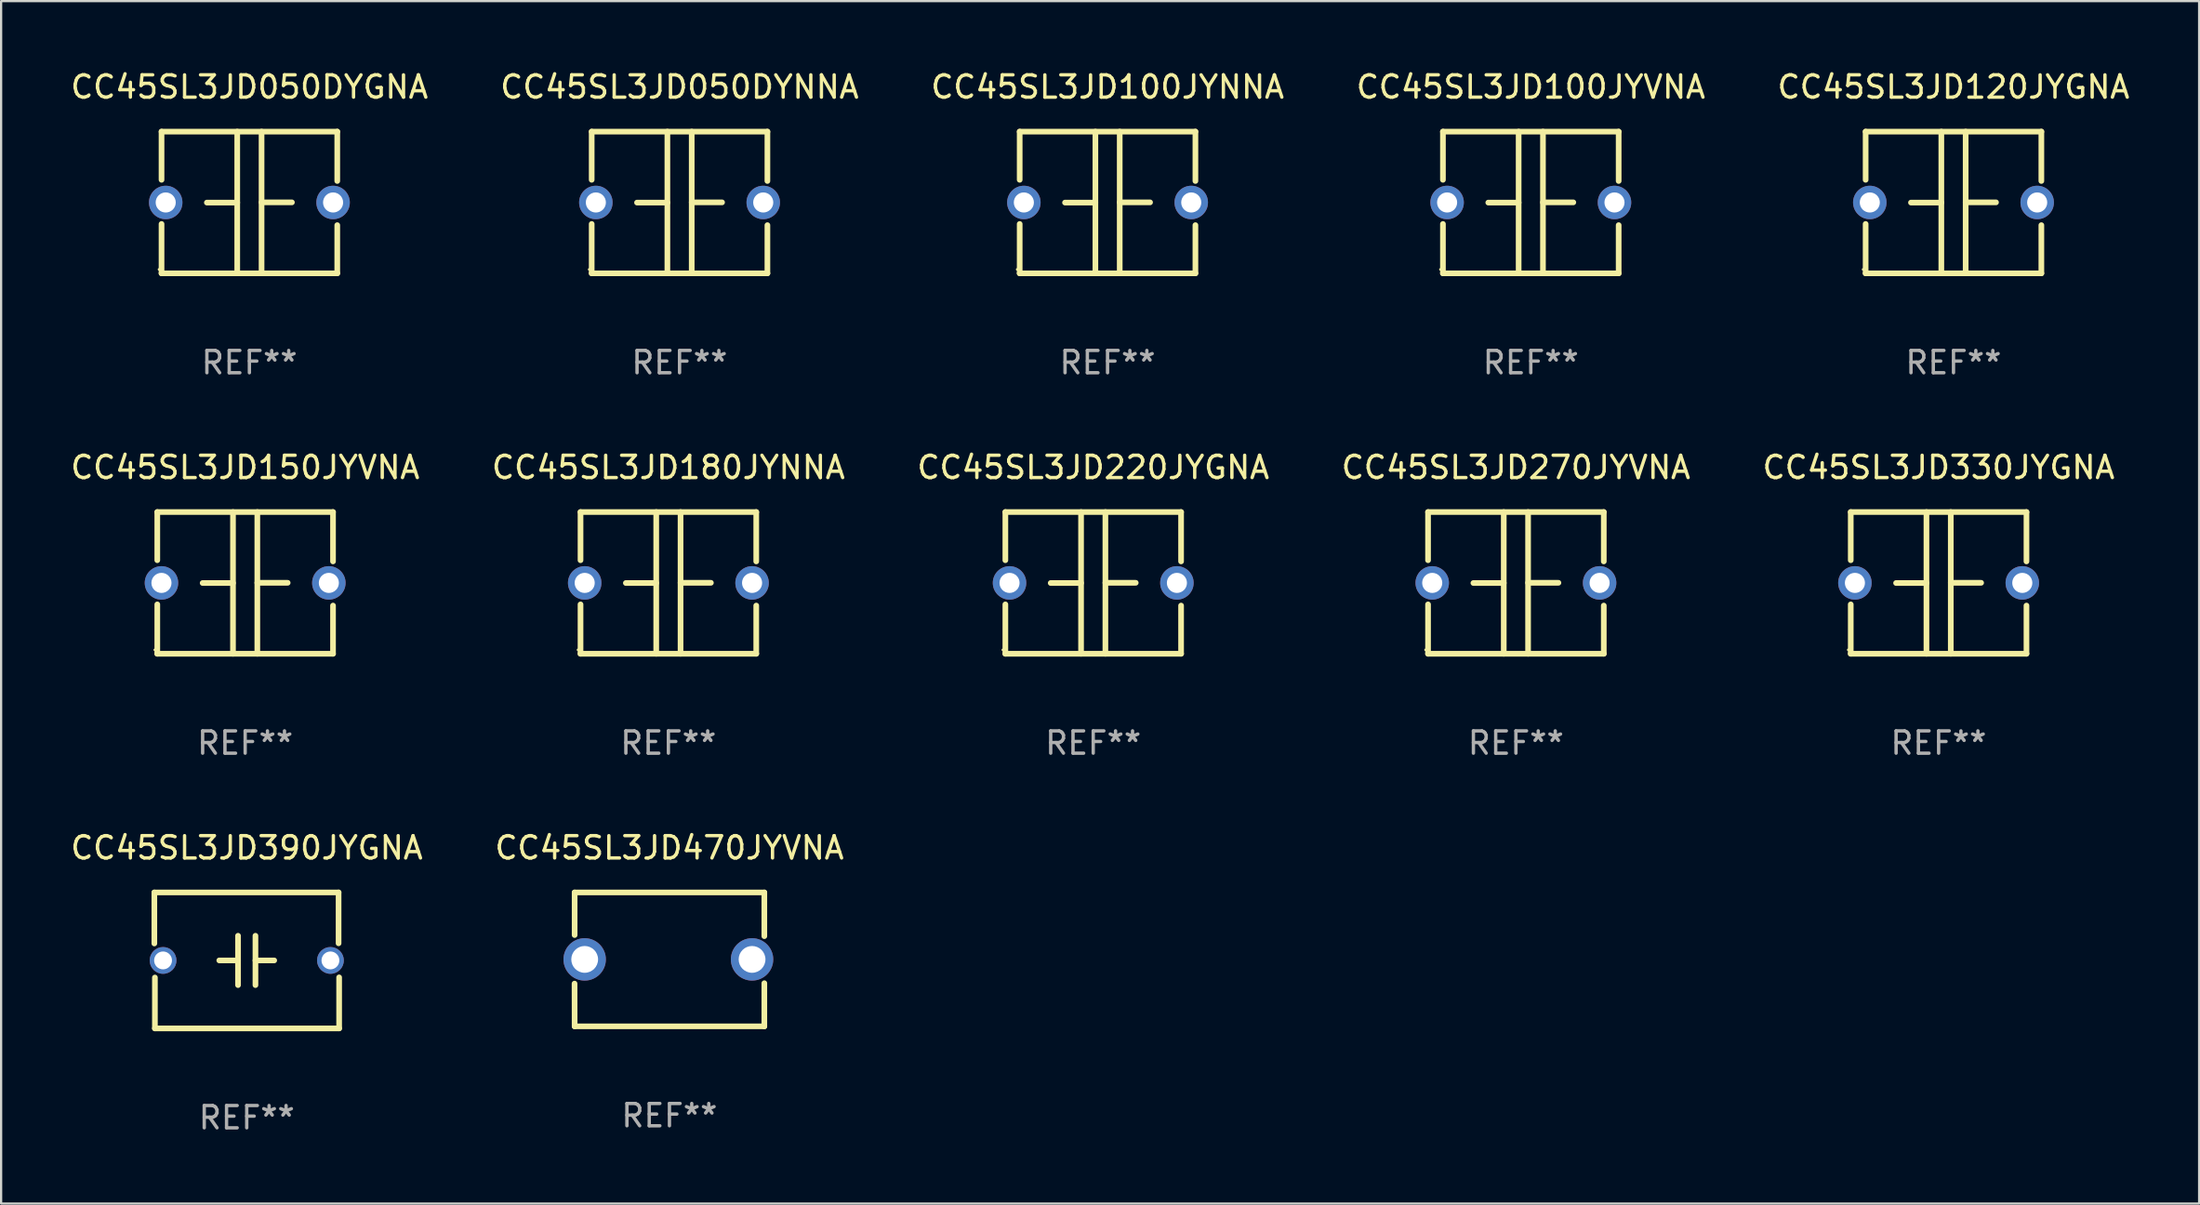
<source format=kicad_pcb>
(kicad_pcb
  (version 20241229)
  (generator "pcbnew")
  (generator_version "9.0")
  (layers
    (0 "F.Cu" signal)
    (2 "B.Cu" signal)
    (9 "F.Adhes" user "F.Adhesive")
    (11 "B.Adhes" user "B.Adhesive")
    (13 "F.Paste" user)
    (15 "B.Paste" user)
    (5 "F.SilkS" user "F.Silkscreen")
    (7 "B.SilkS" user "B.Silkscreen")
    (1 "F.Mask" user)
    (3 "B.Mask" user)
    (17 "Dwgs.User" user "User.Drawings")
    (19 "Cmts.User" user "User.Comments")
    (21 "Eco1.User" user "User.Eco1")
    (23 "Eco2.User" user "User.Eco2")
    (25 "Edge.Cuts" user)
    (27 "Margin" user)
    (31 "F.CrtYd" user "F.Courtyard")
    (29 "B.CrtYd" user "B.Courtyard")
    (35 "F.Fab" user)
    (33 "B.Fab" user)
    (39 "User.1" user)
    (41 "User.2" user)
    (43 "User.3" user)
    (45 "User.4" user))
  (footprint "CC45SL3JD390JYGNA"
    (layer "F.Cu")
    (at 8.006 39.987)
    (property "Reference" "CC45SL3JD390JYGNA" (at 0 -5.046 0) (layer "F.SilkS") (effects (font (size 1 1) (thickness 0.15))))
    (attr through_hole)
    (fp_line (start -4.14 -3.046) (end 4.115 -3.046) (stroke (width 0.254) (type solid)) (layer "F.SilkS"))
    (fp_line (start -4.14 -0.76) (end -4.14 -3.046) (stroke (width 0.254) (type solid)) (layer "F.SilkS"))
    (fp_line (start -4.115 3.046) (end -4.115 0.767) (stroke (width 0.254) (type solid)) (layer "F.SilkS"))
    (fp_line (start -0.39 0) (end -1.23 0) (stroke (width 0.254) (type solid)) (layer "F.SilkS"))
    (fp_line (start -0.39 1.105) (end -0.39 -1.105) (stroke (width 0.254) (type solid)) (layer "F.SilkS"))
    (fp_line (start 0.39 -1.105) (end 0.39 1.105) (stroke (width 0.254) (type solid)) (layer "F.SilkS"))
    (fp_line (start 0.39 0.000051) (end 1.23 0.000051) (stroke (width 0.254) (type solid)) (layer "F.SilkS"))
    (fp_line (start 4.115 -3.046) (end 4.115 -0.767) (stroke (width 0.254) (type solid)) (layer "F.SilkS"))
    (fp_line (start 4.14 0.76) (end 4.14 3.046) (stroke (width 0.254) (type solid)) (layer "F.SilkS"))
    (fp_line (start 4.14 3.046) (end -4.115 3.046) (stroke (width 0.254) (type solid)) (layer "F.SilkS"))
    (fp_circle (center -4.05 3) (end -4.02 3) (stroke (width 0.06) (type solid)) (fill no) (layer "F.SilkS"))
    (fp_text user "REF**" (at 0 7.046 0) (layer "F.Fab") (effects (font (size 1 1) (thickness 0.15))))
    (pad "1" thru_hole circle (at -3.75 0) (size 1.2 1.2) (drill 0.8) (layers "*.Cu" "*.Mask"))
    (pad "2" thru_hole circle (at 3.75 0) (size 1.2 1.2) (drill 0.8) (layers "*.Cu" "*.Mask")))
  (footprint "CC45SL3JD330JYGNA"
    (layer "F.Cu")
    (at 83.815 23.07)
    (property "Reference" "CC45SL3JD330JYGNA" (at 0 -5.175 0) (layer "F.SilkS") (effects (font (size 1 1) (thickness 0.15))))
    (attr through_hole)
    (fp_line (start -3.937 -3.175) (end 3.937 -3.175) (stroke (width 0.254) (type solid)) (layer "F.SilkS"))
    (fp_line (start -3.937 -1.016) (end -3.937 -3.175) (stroke (width 0.254) (type solid)) (layer "F.SilkS"))
    (fp_line (start -3.937 3.175) (end -3.937 0.963) (stroke (width 0.254) (type solid)) (layer "F.SilkS"))
    (fp_line (start -0.545 0.005) (end -1.905 0.005) (stroke (width 0.254) (type solid)) (layer "F.SilkS"))
    (fp_line (start -0.545 3.175) (end -0.545 -3.175) (stroke (width 0.254) (type solid)) (layer "F.SilkS"))
    (fp_line (start 0.545 -3.175) (end 0.545 3.175) (stroke (width 0.254) (type solid)) (layer "F.SilkS"))
    (fp_line (start 0.545 -0.005) (end 1.905 -0.005) (stroke (width 0.254) (type solid)) (layer "F.SilkS"))
    (fp_line (start 3.937 -3.175) (end 3.937 -0.963) (stroke (width 0.254) (type solid)) (layer "F.SilkS"))
    (fp_line (start 3.937 1.016) (end 3.937 3.175) (stroke (width 0.254) (type solid)) (layer "F.SilkS"))
    (fp_line (start 3.937 3.175) (end -3.937 3.175) (stroke (width 0.254) (type solid)) (layer "F.SilkS"))
    (fp_circle (center -4.05 3) (end -4.02 3) (stroke (width 0.06) (type solid)) (fill no) (layer "F.SilkS"))
    (fp_text user "REF**" (at 0 7.175 0) (layer "F.Fab") (effects (font (size 1 1) (thickness 0.15))))
    (pad "1" thru_hole circle (at -3.75 0) (size 1.5 1.5) (drill 0.9) (layers "*.Cu" "*.Mask"))
    (pad "2" thru_hole circle (at 3.75 0) (size 1.5 1.5) (drill 0.9) (layers "*.Cu" "*.Mask")))
  (footprint "CC45SL3JD150JYVNA"
    (layer "F.Cu")
    (at 7.935 23.07)
    (property "Reference" "CC45SL3JD150JYVNA" (at 0 -5.175 0) (layer "F.SilkS") (effects (font (size 1 1) (thickness 0.15))))
    (attr through_hole)
    (fp_line (start -3.937 -3.175) (end 3.937 -3.175) (stroke (width 0.254) (type solid)) (layer "F.SilkS"))
    (fp_line (start -3.937 -1.016) (end -3.937 -3.175) (stroke (width 0.254) (type solid)) (layer "F.SilkS"))
    (fp_line (start -3.937 3.175) (end -3.937 0.963) (stroke (width 0.254) (type solid)) (layer "F.SilkS"))
    (fp_line (start -0.545 0.005) (end -1.905 0.005) (stroke (width 0.254) (type solid)) (layer "F.SilkS"))
    (fp_line (start -0.545 3.175) (end -0.545 -3.175) (stroke (width 0.254) (type solid)) (layer "F.SilkS"))
    (fp_line (start 0.545 -3.175) (end 0.545 3.175) (stroke (width 0.254) (type solid)) (layer "F.SilkS"))
    (fp_line (start 0.545 -0.005) (end 1.905 -0.005) (stroke (width 0.254) (type solid)) (layer "F.SilkS"))
    (fp_line (start 3.937 -3.175) (end 3.937 -0.963) (stroke (width 0.254) (type solid)) (layer "F.SilkS"))
    (fp_line (start 3.937 1.016) (end 3.937 3.175) (stroke (width 0.254) (type solid)) (layer "F.SilkS"))
    (fp_line (start 3.937 3.175) (end -3.937 3.175) (stroke (width 0.254) (type solid)) (layer "F.SilkS"))
    (fp_circle (center -4.05 3) (end -4.02 3) (stroke (width 0.06) (type solid)) (fill no) (layer "F.SilkS"))
    (fp_text user "REF**" (at 0 7.175 0) (layer "F.Fab") (effects (font (size 1 1) (thickness 0.15))))
    (pad "1" thru_hole circle (at -3.75 0) (size 1.5 1.5) (drill 0.9) (layers "*.Cu" "*.Mask"))
    (pad "2" thru_hole circle (at 3.75 0) (size 1.5 1.5) (drill 0.9) (layers "*.Cu" "*.Mask")))
  (footprint "CC45SL3JD220JYGNA"
    (layer "F.Cu")
    (at 45.935 23.07)
    (property "Reference" "CC45SL3JD220JYGNA" (at 0 -5.175 0) (layer "F.SilkS") (effects (font (size 1 1) (thickness 0.15))))
    (attr through_hole)
    (fp_line (start -3.937 -3.175) (end 3.937 -3.175) (stroke (width 0.254) (type solid)) (layer "F.SilkS"))
    (fp_line (start -3.937 -1.016) (end -3.937 -3.175) (stroke (width 0.254) (type solid)) (layer "F.SilkS"))
    (fp_line (start -3.937 3.175) (end -3.937 0.963) (stroke (width 0.254) (type solid)) (layer "F.SilkS"))
    (fp_line (start -0.545 0.005) (end -1.905 0.005) (stroke (width 0.254) (type solid)) (layer "F.SilkS"))
    (fp_line (start -0.545 3.175) (end -0.545 -3.175) (stroke (width 0.254) (type solid)) (layer "F.SilkS"))
    (fp_line (start 0.545 -3.175) (end 0.545 3.175) (stroke (width 0.254) (type solid)) (layer "F.SilkS"))
    (fp_line (start 0.545 -0.005) (end 1.905 -0.005) (stroke (width 0.254) (type solid)) (layer "F.SilkS"))
    (fp_line (start 3.937 -3.175) (end 3.937 -0.963) (stroke (width 0.254) (type solid)) (layer "F.SilkS"))
    (fp_line (start 3.937 1.016) (end 3.937 3.175) (stroke (width 0.254) (type solid)) (layer "F.SilkS"))
    (fp_line (start 3.937 3.175) (end -3.937 3.175) (stroke (width 0.254) (type solid)) (layer "F.SilkS"))
    (fp_circle (center -4.05 3) (end -4.02 3) (stroke (width 0.06) (type solid)) (fill no) (layer "F.SilkS"))
    (fp_text user "REF**" (at 0 7.175 0) (layer "F.Fab") (effects (font (size 1 1) (thickness 0.15))))
    (pad "1" thru_hole circle (at -3.75 0) (size 1.5 1.5) (drill 0.9) (layers "*.Cu" "*.Mask"))
    (pad "2" thru_hole circle (at 3.75 0) (size 1.5 1.5) (drill 0.9) (layers "*.Cu" "*.Mask")))
  (footprint "CC45SL3JD180JYNNA"
    (layer "F.Cu")
    (at 26.899 23.07)
    (property "Reference" "CC45SL3JD180JYNNA" (at 0 -5.175 0) (layer "F.SilkS") (effects (font (size 1 1) (thickness 0.15))))
    (attr through_hole)
    (fp_line (start -3.937 -3.175) (end 3.937 -3.175) (stroke (width 0.254) (type solid)) (layer "F.SilkS"))
    (fp_line (start -3.937 -1.016) (end -3.937 -3.175) (stroke (width 0.254) (type solid)) (layer "F.SilkS"))
    (fp_line (start -3.937 3.175) (end -3.937 0.963) (stroke (width 0.254) (type solid)) (layer "F.SilkS"))
    (fp_line (start -0.545 0.005) (end -1.905 0.005) (stroke (width 0.254) (type solid)) (layer "F.SilkS"))
    (fp_line (start -0.545 3.175) (end -0.545 -3.175) (stroke (width 0.254) (type solid)) (layer "F.SilkS"))
    (fp_line (start 0.545 -3.175) (end 0.545 3.175) (stroke (width 0.254) (type solid)) (layer "F.SilkS"))
    (fp_line (start 0.545 -0.005) (end 1.905 -0.005) (stroke (width 0.254) (type solid)) (layer "F.SilkS"))
    (fp_line (start 3.937 -3.175) (end 3.937 -0.963) (stroke (width 0.254) (type solid)) (layer "F.SilkS"))
    (fp_line (start 3.937 1.016) (end 3.937 3.175) (stroke (width 0.254) (type solid)) (layer "F.SilkS"))
    (fp_line (start 3.937 3.175) (end -3.937 3.175) (stroke (width 0.254) (type solid)) (layer "F.SilkS"))
    (fp_circle (center -4.05 3) (end -4.02 3) (stroke (width 0.06) (type solid)) (fill no) (layer "F.SilkS"))
    (fp_text user "REF**" (at 0 7.175 0) (layer "F.Fab") (effects (font (size 1 1) (thickness 0.15))))
    (pad "1" thru_hole circle (at -3.75 0) (size 1.5 1.5) (drill 0.9) (layers "*.Cu" "*.Mask"))
    (pad "2" thru_hole circle (at 3.75 0) (size 1.5 1.5) (drill 0.9) (layers "*.Cu" "*.Mask")))
  (footprint "CC45SL3JD270JYVNA"
    (layer "F.Cu")
    (at 64.875 23.07)
    (property "Reference" "CC45SL3JD270JYVNA" (at 0 -5.175 0) (layer "F.SilkS") (effects (font (size 1 1) (thickness 0.15))))
    (attr through_hole)
    (fp_line (start -3.937 -3.175) (end 3.937 -3.175) (stroke (width 0.254) (type solid)) (layer "F.SilkS"))
    (fp_line (start -3.937 -1.016) (end -3.937 -3.175) (stroke (width 0.254) (type solid)) (layer "F.SilkS"))
    (fp_line (start -3.937 3.175) (end -3.937 0.963) (stroke (width 0.254) (type solid)) (layer "F.SilkS"))
    (fp_line (start -0.545 0.005) (end -1.905 0.005) (stroke (width 0.254) (type solid)) (layer "F.SilkS"))
    (fp_line (start -0.545 3.175) (end -0.545 -3.175) (stroke (width 0.254) (type solid)) (layer "F.SilkS"))
    (fp_line (start 0.545 -3.175) (end 0.545 3.175) (stroke (width 0.254) (type solid)) (layer "F.SilkS"))
    (fp_line (start 0.545 -0.005) (end 1.905 -0.005) (stroke (width 0.254) (type solid)) (layer "F.SilkS"))
    (fp_line (start 3.937 -3.175) (end 3.937 -0.963) (stroke (width 0.254) (type solid)) (layer "F.SilkS"))
    (fp_line (start 3.937 1.016) (end 3.937 3.175) (stroke (width 0.254) (type solid)) (layer "F.SilkS"))
    (fp_line (start 3.937 3.175) (end -3.937 3.175) (stroke (width 0.254) (type solid)) (layer "F.SilkS"))
    (fp_circle (center -4.05 3) (end -4.02 3) (stroke (width 0.06) (type solid)) (fill no) (layer "F.SilkS"))
    (fp_text user "REF**" (at 0 7.175 0) (layer "F.Fab") (effects (font (size 1 1) (thickness 0.15))))
    (pad "1" thru_hole circle (at -3.75 0) (size 1.5 1.5) (drill 0.9) (layers "*.Cu" "*.Mask"))
    (pad "2" thru_hole circle (at 3.75 0) (size 1.5 1.5) (drill 0.9) (layers "*.Cu" "*.Mask")))
  (footprint "CC45SL3JD470JYVNA"
    (layer "F.Cu")
    (at 26.946 39.941)
    (property "Reference" "CC45SL3JD470JYVNA" (at 0 -5 0) (layer "F.SilkS") (effects (font (size 1 1) (thickness 0.15))))
    (attr through_hole)
    (fp_line (start -4.252 1.085) (end -4.248 3) (stroke (width 0.254) (type solid)) (layer "F.SilkS"))
    (fp_line (start -4.248 -3) (end -4.248 -1.091) (stroke (width 0.254) (type solid)) (layer "F.SilkS"))
    (fp_line (start -4.248 3) (end 4.252 3) (stroke (width 0.254) (type solid)) (layer "F.SilkS"))
    (fp_line (start 4.252 -3) (end -4.248 -3) (stroke (width 0.254) (type solid)) (layer "F.SilkS"))
    (fp_line (start 4.252 -1.041) (end 4.252 -3) (stroke (width 0.254) (type solid)) (layer "F.SilkS"))
    (fp_line (start 4.252 3) (end 4.252 1.067) (stroke (width 0.254) (type solid)) (layer "F.SilkS"))
    (fp_circle (center -4.298 3) (end -4.268 3) (stroke (width 0.06) (type solid)) (fill no) (layer "F.SilkS"))
    (fp_text user "REF**" (at 0 7 0) (layer "F.Fab") (effects (font (size 1 1) (thickness 0.15))))
    (pad "1" thru_hole circle (at -3.798 0) (size 1.9 1.9) (drill 1.2) (layers "*.Cu" "*.Mask"))
    (pad "2" thru_hole circle (at 3.702 0) (size 1.9 1.9) (drill 1.2) (layers "*.Cu" "*.Mask")))
  (footprint "CC45SL3JD050DYNNA"
    (layer "F.Cu")
    (at 27.399 6.023)
    (property "Reference" "CC45SL3JD050DYNNA" (at 0 -5.175 0) (layer "F.SilkS") (effects (font (size 1 1) (thickness 0.15))))
    (attr through_hole)
    (fp_line (start -3.937 -3.175) (end 3.937 -3.175) (stroke (width 0.254) (type solid)) (layer "F.SilkS"))
    (fp_line (start -3.937 -1.016) (end -3.937 -3.175) (stroke (width 0.254) (type solid)) (layer "F.SilkS"))
    (fp_line (start -3.937 3.175) (end -3.937 0.963) (stroke (width 0.254) (type solid)) (layer "F.SilkS"))
    (fp_line (start -0.545 0.005) (end -1.905 0.005) (stroke (width 0.254) (type solid)) (layer "F.SilkS"))
    (fp_line (start -0.545 3.175) (end -0.545 -3.175) (stroke (width 0.254) (type solid)) (layer "F.SilkS"))
    (fp_line (start 0.545 -3.175) (end 0.545 3.175) (stroke (width 0.254) (type solid)) (layer "F.SilkS"))
    (fp_line (start 0.545 -0.005) (end 1.905 -0.005) (stroke (width 0.254) (type solid)) (layer "F.SilkS"))
    (fp_line (start 3.937 -3.175) (end 3.937 -0.963) (stroke (width 0.254) (type solid)) (layer "F.SilkS"))
    (fp_line (start 3.937 1.016) (end 3.937 3.175) (stroke (width 0.254) (type solid)) (layer "F.SilkS"))
    (fp_line (start 3.937 3.175) (end -3.937 3.175) (stroke (width 0.254) (type solid)) (layer "F.SilkS"))
    (fp_circle (center -4.05 3) (end -4.02 3) (stroke (width 0.06) (type solid)) (fill no) (layer "F.SilkS"))
    (fp_text user "REF**" (at 0 7.175 0) (layer "F.Fab") (effects (font (size 1 1) (thickness 0.15))))
    (pad "1" thru_hole circle (at -3.75 0) (size 1.5 1.5) (drill 0.9) (layers "*.Cu" "*.Mask"))
    (pad "2" thru_hole circle (at 3.75 0) (size 1.5 1.5) (drill 0.9) (layers "*.Cu" "*.Mask")))
  (footprint "CC45SL3JD050DYGNA"
    (layer "F.Cu")
    (at 8.125 6.023)
    (property "Reference" "CC45SL3JD050DYGNA" (at 0 -5.175 0) (layer "F.SilkS") (effects (font (size 1 1) (thickness 0.15))))
    (attr through_hole)
    (fp_line (start -3.937 -3.175) (end 3.937 -3.175) (stroke (width 0.254) (type solid)) (layer "F.SilkS"))
    (fp_line (start -3.937 -1.016) (end -3.937 -3.175) (stroke (width 0.254) (type solid)) (layer "F.SilkS"))
    (fp_line (start -3.937 3.175) (end -3.937 0.963) (stroke (width 0.254) (type solid)) (layer "F.SilkS"))
    (fp_line (start -0.545 0.005) (end -1.905 0.005) (stroke (width 0.254) (type solid)) (layer "F.SilkS"))
    (fp_line (start -0.545 3.175) (end -0.545 -3.175) (stroke (width 0.254) (type solid)) (layer "F.SilkS"))
    (fp_line (start 0.545 -3.175) (end 0.545 3.175) (stroke (width 0.254) (type solid)) (layer "F.SilkS"))
    (fp_line (start 0.545 -0.005) (end 1.905 -0.005) (stroke (width 0.254) (type solid)) (layer "F.SilkS"))
    (fp_line (start 3.937 -3.175) (end 3.937 -0.963) (stroke (width 0.254) (type solid)) (layer "F.SilkS"))
    (fp_line (start 3.937 1.016) (end 3.937 3.175) (stroke (width 0.254) (type solid)) (layer "F.SilkS"))
    (fp_line (start 3.937 3.175) (end -3.937 3.175) (stroke (width 0.254) (type solid)) (layer "F.SilkS"))
    (fp_circle (center -4.05 3) (end -4.02 3) (stroke (width 0.06) (type solid)) (fill no) (layer "F.SilkS"))
    (fp_text user "REF**" (at 0 7.175 0) (layer "F.Fab") (effects (font (size 1 1) (thickness 0.15))))
    (pad "1" thru_hole circle (at -3.75 0) (size 1.5 1.5) (drill 0.9) (layers "*.Cu" "*.Mask"))
    (pad "2" thru_hole circle (at 3.75 0) (size 1.5 1.5) (drill 0.9) (layers "*.Cu" "*.Mask")))
  (footprint "CC45SL3JD120JYGNA"
    (layer "F.Cu")
    (at 84.482 6.023)
    (property "Reference" "CC45SL3JD120JYGNA" (at 0 -5.175 0) (layer "F.SilkS") (effects (font (size 1 1) (thickness 0.15))))
    (attr through_hole)
    (fp_line (start -3.937 -3.175) (end 3.937 -3.175) (stroke (width 0.254) (type solid)) (layer "F.SilkS"))
    (fp_line (start -3.937 -1.016) (end -3.937 -3.175) (stroke (width 0.254) (type solid)) (layer "F.SilkS"))
    (fp_line (start -3.937 3.175) (end -3.937 0.963) (stroke (width 0.254) (type solid)) (layer "F.SilkS"))
    (fp_line (start -0.545 0.005) (end -1.905 0.005) (stroke (width 0.254) (type solid)) (layer "F.SilkS"))
    (fp_line (start -0.545 3.175) (end -0.545 -3.175) (stroke (width 0.254) (type solid)) (layer "F.SilkS"))
    (fp_line (start 0.545 -3.175) (end 0.545 3.175) (stroke (width 0.254) (type solid)) (layer "F.SilkS"))
    (fp_line (start 0.545 -0.005) (end 1.905 -0.005) (stroke (width 0.254) (type solid)) (layer "F.SilkS"))
    (fp_line (start 3.937 -3.175) (end 3.937 -0.963) (stroke (width 0.254) (type solid)) (layer "F.SilkS"))
    (fp_line (start 3.937 1.016) (end 3.937 3.175) (stroke (width 0.254) (type solid)) (layer "F.SilkS"))
    (fp_line (start 3.937 3.175) (end -3.937 3.175) (stroke (width 0.254) (type solid)) (layer "F.SilkS"))
    (fp_circle (center -4.05 3) (end -4.02 3) (stroke (width 0.06) (type solid)) (fill no) (layer "F.SilkS"))
    (fp_text user "REF**" (at 0 7.175 0) (layer "F.Fab") (effects (font (size 1 1) (thickness 0.15))))
    (pad "1" thru_hole circle (at -3.75 0) (size 1.5 1.5) (drill 0.9) (layers "*.Cu" "*.Mask"))
    (pad "2" thru_hole circle (at 3.75 0) (size 1.5 1.5) (drill 0.9) (layers "*.Cu" "*.Mask")))
  (footprint "CC45SL3JD100JYNNA"
    (layer "F.Cu")
    (at 46.577 6.023)
    (property "Reference" "CC45SL3JD100JYNNA" (at 0 -5.175 0) (layer "F.SilkS") (effects (font (size 1 1) (thickness 0.15))))
    (attr through_hole)
    (fp_line (start -3.937 -3.175) (end 3.937 -3.175) (stroke (width 0.254) (type solid)) (layer "F.SilkS"))
    (fp_line (start -3.937 -1.016) (end -3.937 -3.175) (stroke (width 0.254) (type solid)) (layer "F.SilkS"))
    (fp_line (start -3.937 3.175) (end -3.937 0.963) (stroke (width 0.254) (type solid)) (layer "F.SilkS"))
    (fp_line (start -0.545 0.005) (end -1.905 0.005) (stroke (width 0.254) (type solid)) (layer "F.SilkS"))
    (fp_line (start -0.545 3.175) (end -0.545 -3.175) (stroke (width 0.254) (type solid)) (layer "F.SilkS"))
    (fp_line (start 0.545 -3.175) (end 0.545 3.175) (stroke (width 0.254) (type solid)) (layer "F.SilkS"))
    (fp_line (start 0.545 -0.005) (end 1.905 -0.005) (stroke (width 0.254) (type solid)) (layer "F.SilkS"))
    (fp_line (start 3.937 -3.175) (end 3.937 -0.963) (stroke (width 0.254) (type solid)) (layer "F.SilkS"))
    (fp_line (start 3.937 1.016) (end 3.937 3.175) (stroke (width 0.254) (type solid)) (layer "F.SilkS"))
    (fp_line (start 3.937 3.175) (end -3.937 3.175) (stroke (width 0.254) (type solid)) (layer "F.SilkS"))
    (fp_circle (center -4.05 3) (end -4.02 3) (stroke (width 0.06) (type solid)) (fill no) (layer "F.SilkS"))
    (fp_text user "REF**" (at 0 7.175 0) (layer "F.Fab") (effects (font (size 1 1) (thickness 0.15))))
    (pad "1" thru_hole circle (at -3.75 0) (size 1.5 1.5) (drill 0.9) (layers "*.Cu" "*.Mask"))
    (pad "2" thru_hole circle (at 3.75 0) (size 1.5 1.5) (drill 0.9) (layers "*.Cu" "*.Mask")))
  (footprint "CC45SL3JD100JYVNA"
    (layer "F.Cu")
    (at 65.542 6.023)
    (property "Reference" "CC45SL3JD100JYVNA" (at 0 -5.175 0) (layer "F.SilkS") (effects (font (size 1 1) (thickness 0.15))))
    (attr through_hole)
    (fp_line (start -3.937 -3.175) (end 3.937 -3.175) (stroke (width 0.254) (type solid)) (layer "F.SilkS"))
    (fp_line (start -3.937 -1.016) (end -3.937 -3.175) (stroke (width 0.254) (type solid)) (layer "F.SilkS"))
    (fp_line (start -3.937 3.175) (end -3.937 0.963) (stroke (width 0.254) (type solid)) (layer "F.SilkS"))
    (fp_line (start -0.545 0.005) (end -1.905 0.005) (stroke (width 0.254) (type solid)) (layer "F.SilkS"))
    (fp_line (start -0.545 3.175) (end -0.545 -3.175) (stroke (width 0.254) (type solid)) (layer "F.SilkS"))
    (fp_line (start 0.545 -3.175) (end 0.545 3.175) (stroke (width 0.254) (type solid)) (layer "F.SilkS"))
    (fp_line (start 0.545 -0.005) (end 1.905 -0.005) (stroke (width 0.254) (type solid)) (layer "F.SilkS"))
    (fp_line (start 3.937 -3.175) (end 3.937 -0.963) (stroke (width 0.254) (type solid)) (layer "F.SilkS"))
    (fp_line (start 3.937 1.016) (end 3.937 3.175) (stroke (width 0.254) (type solid)) (layer "F.SilkS"))
    (fp_line (start 3.937 3.175) (end -3.937 3.175) (stroke (width 0.254) (type solid)) (layer "F.SilkS"))
    (fp_circle (center -4.05 3) (end -4.02 3) (stroke (width 0.06) (type solid)) (fill no) (layer "F.SilkS"))
    (fp_text user "REF**" (at 0 7.175 0) (layer "F.Fab") (effects (font (size 1 1) (thickness 0.15))))
    (pad "1" thru_hole circle (at -3.75 0) (size 1.5 1.5) (drill 0.9) (layers "*.Cu" "*.Mask"))
    (pad "2" thru_hole circle (at 3.75 0) (size 1.5 1.5) (drill 0.9) (layers "*.Cu" "*.Mask")))
  (gr_rect
    (start -3 -3)
    (end 95.488 50.882)
    (stroke (width 0.1) (type default))
    (fill no)
    (layer "Edge.Cuts")))
</source>
